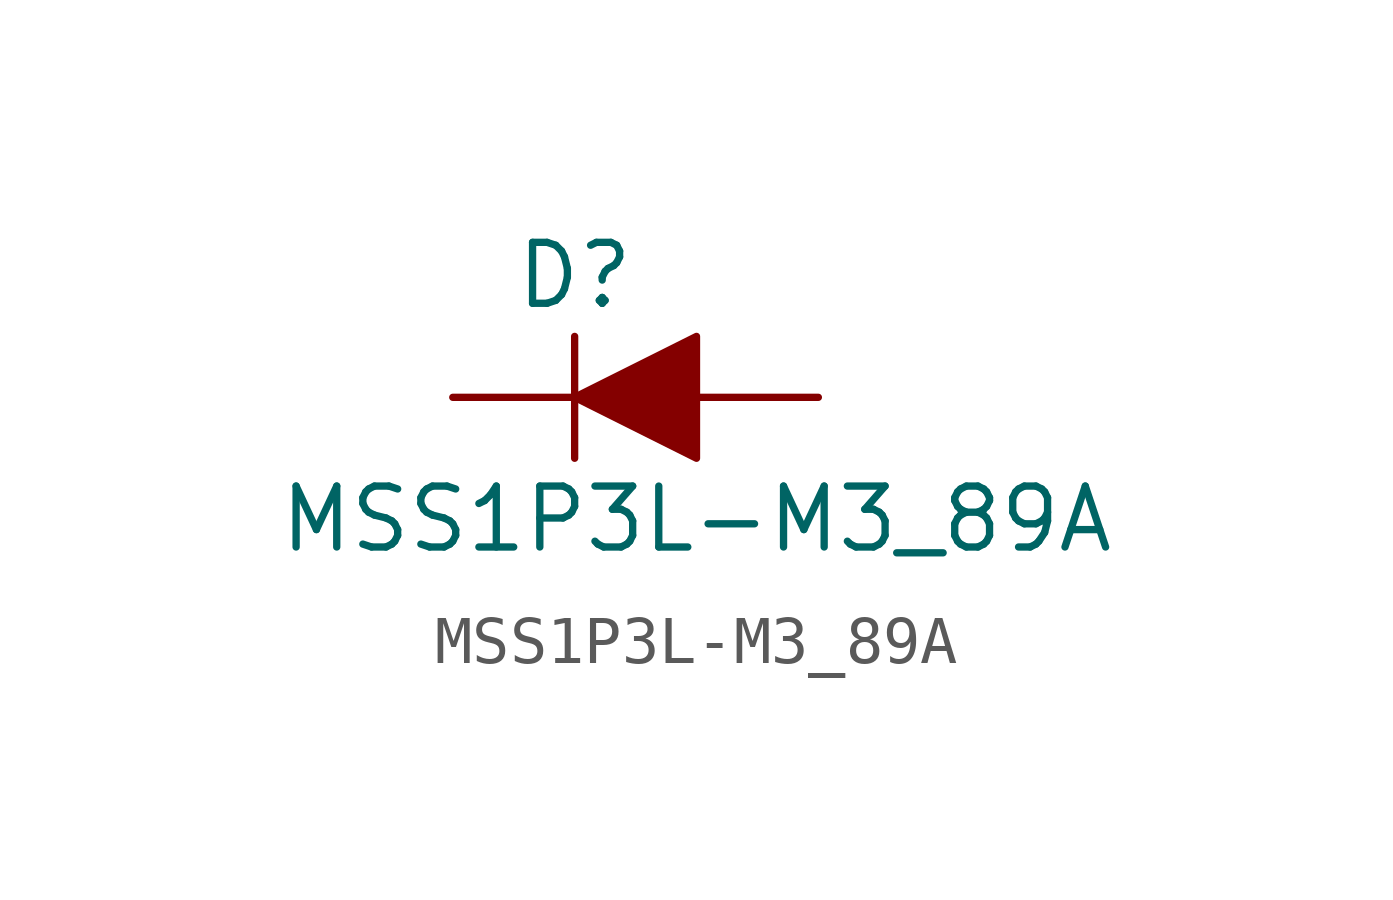
<source format=kicad_sym>
(kicad_symbol_lib
  (version 20211014)
  (generator kicad_symbol_editor)
  (symbol "MSS1P3L-M3_89A"
    (pin_numbers hide)
    (pin_names
      (offset 1.016) hide)
    (property "Reference" "D"
      (at -1.27 2.54 0)
      (effects (font (size 1.27 1.27))))
    (property "Value" "MSS1P3L-M3_89A"
      (at 1.27 -2.54 0)
      (effects (font (size 1.27 1.27))))
    (symbol "MSS1P3L-M3_89A_0_1"
      (polyline (pts (xy -1.27 1.27) (xy -1.27 -1.27)) (stroke (width 0) (type default) (color 0 0 0 0)) (fill (type none)))
      (polyline (pts (xy 1.27 1.27) (xy 1.27 -1.27) (xy -1.27 0) (xy 1.27 1.27)) (stroke (width 0) (type default) (color 0 0 0 0)) (fill (type outline))))
    (symbol "MSS1P3L-M3_89A_1_1"
      (pin passive line (at 3.81 0 180) (length 2.54) (name "A" (effects (font (size 1.27 1.27)))) (number "1" (effects (font (size 1.27 1.27)))))
      (pin passive line (at -3.81 0 0) (length 2.54) (name "K" (effects (font (size 1.27 1.27)))) (number "2" (effects (font (size 1.27 1.27))))))))
</source>
